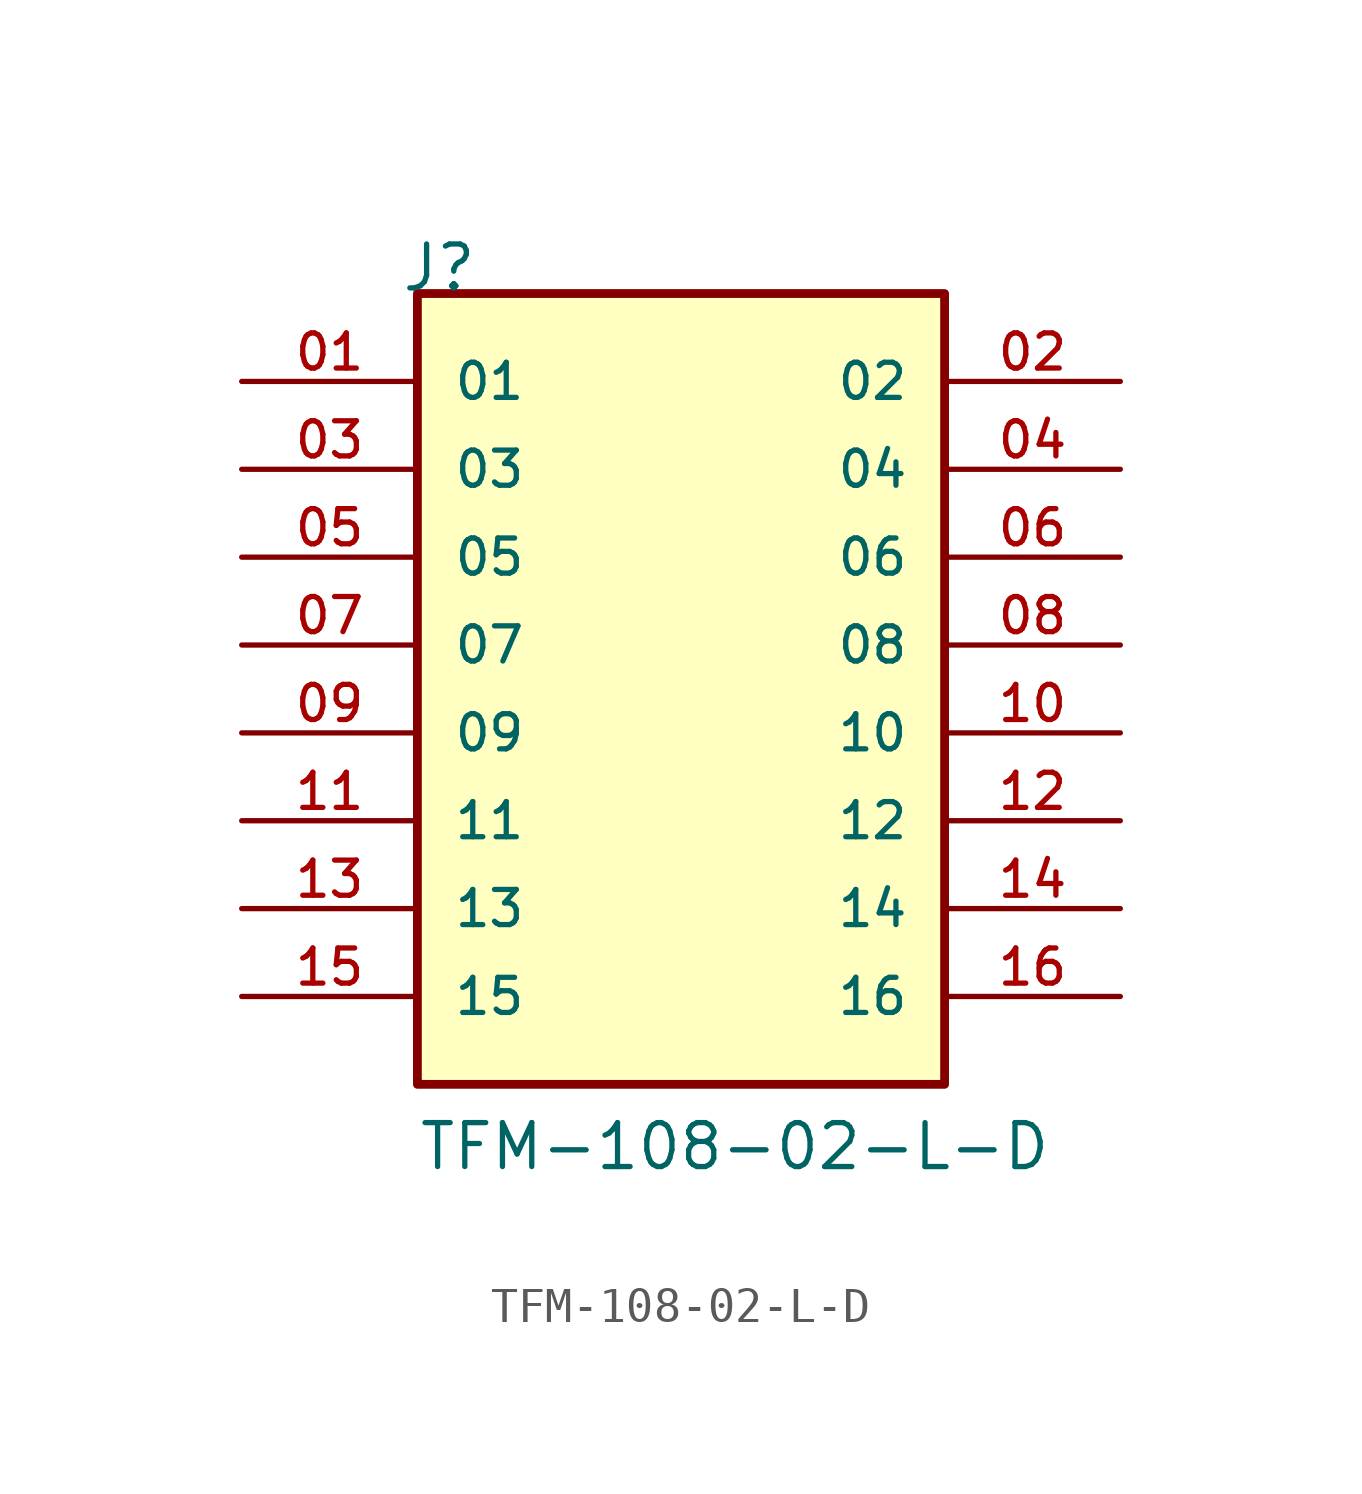
<source format=kicad_sym>
(kicad_symbol_lib
  (version 20231120)
  (generator "kicad_symbol_editor")
  (generator_version "8.0")
  (symbol "TFM-108-02-L-D"
    (pin_names
      (offset 1.016))
    (property "Reference" "J"
      (at -8.12 12.7 0)
      (effects (font (size 1.27 1.27)) (justify left bottom)))
    (property "Value" "TFM-108-02-L-D"
      (at -7.62 -12.7 0)
      (effects (font (size 1.27 1.27)) (justify left bottom)))
    (symbol "TFM-108-02-L-D_0_0"
      (rectangle (start -7.62 -10.16) (end 7.62 12.7) (stroke (width 0.254) (type default)) (fill (type background)))
      (pin passive line (at -12.7 10.16 0) (length 5.08) (name "01" (effects (font (size 1.016 1.016)))) (number "01" (effects (font (size 1.016 1.016)))))
      (pin passive line (at 12.7 10.16 180) (length 5.08) (name "02" (effects (font (size 1.016 1.016)))) (number "02" (effects (font (size 1.016 1.016)))))
      (pin passive line (at -12.7 7.62 0) (length 5.08) (name "03" (effects (font (size 1.016 1.016)))) (number "03" (effects (font (size 1.016 1.016)))))
      (pin passive line (at 12.7 7.62 180) (length 5.08) (name "04" (effects (font (size 1.016 1.016)))) (number "04" (effects (font (size 1.016 1.016)))))
      (pin passive line (at -12.7 5.08 0) (length 5.08) (name "05" (effects (font (size 1.016 1.016)))) (number "05" (effects (font (size 1.016 1.016)))))
      (pin passive line (at 12.7 5.08 180) (length 5.08) (name "06" (effects (font (size 1.016 1.016)))) (number "06" (effects (font (size 1.016 1.016)))))
      (pin passive line (at -12.7 2.54 0) (length 5.08) (name "07" (effects (font (size 1.016 1.016)))) (number "07" (effects (font (size 1.016 1.016)))))
      (pin passive line (at 12.7 2.54 180) (length 5.08) (name "08" (effects (font (size 1.016 1.016)))) (number "08" (effects (font (size 1.016 1.016)))))
      (pin passive line (at -12.7 0 0) (length 5.08) (name "09" (effects (font (size 1.016 1.016)))) (number "09" (effects (font (size 1.016 1.016)))))
      (pin passive line (at 12.7 0 180) (length 5.08) (name "10" (effects (font (size 1.016 1.016)))) (number "10" (effects (font (size 1.016 1.016)))))
      (pin passive line (at -12.7 -2.54 0) (length 5.08) (name "11" (effects (font (size 1.016 1.016)))) (number "11" (effects (font (size 1.016 1.016)))))
      (pin passive line (at 12.7 -2.54 180) (length 5.08) (name "12" (effects (font (size 1.016 1.016)))) (number "12" (effects (font (size 1.016 1.016)))))
      (pin passive line (at -12.7 -5.08 0) (length 5.08) (name "13" (effects (font (size 1.016 1.016)))) (number "13" (effects (font (size 1.016 1.016)))))
      (pin passive line (at 12.7 -5.08 180) (length 5.08) (name "14" (effects (font (size 1.016 1.016)))) (number "14" (effects (font (size 1.016 1.016)))))
      (pin passive line (at -12.7 -7.62 0) (length 5.08) (name "15" (effects (font (size 1.016 1.016)))) (number "15" (effects (font (size 1.016 1.016)))))
      (pin passive line (at 12.7 -7.62 180) (length 5.08) (name "16" (effects (font (size 1.016 1.016)))) (number "16" (effects (font (size 1.016 1.016))))))))
</source>
